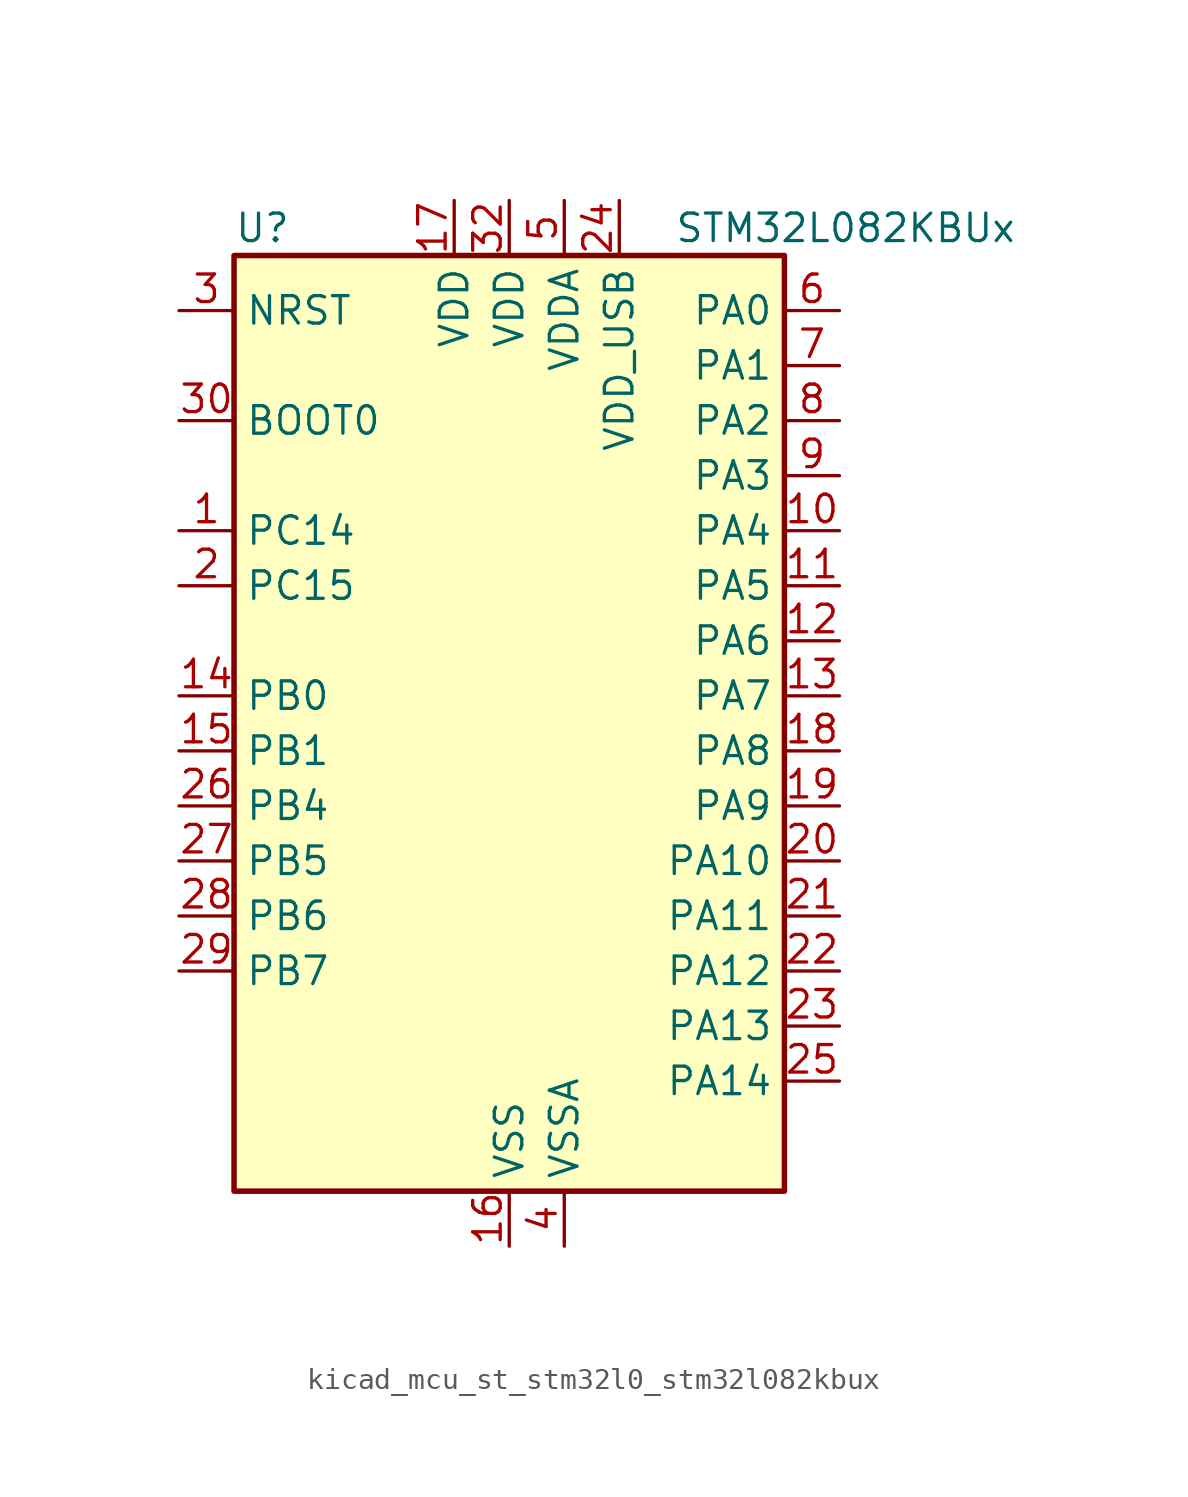
<source format=kicad_sym>
(kicad_symbol_lib
  (version 20220914)
  (generator kicad_symbol_editor)
  (symbol "kicad_mcu_st_stm32l0_stm32l082kbux"
    (property "Reference" "U"
      (at -12.7 24.13 0)
      (effects (font (size 1.27 1.27)) (justify left)))
    (property "Value" "STM32L082KBUx"
      (at 7.62 24.13 0)
      (effects (font (size 1.27 1.27)) (justify left)))
    (property "ki_locked" ""
      (at 0 0 0)
      (effects (font (size 1.27 1.27))))
    (symbol "kicad_mcu_st_stm32l0_stm32l082kbux_0_1"
      (rectangle (start -12.7 -20.32) (end 12.7 22.86) (stroke (width 0.254) (type default)) (fill (type background))))
    (symbol "kicad_mcu_st_stm32l0_stm32l082kbux_1_1"
      (pin bidirectional line (at -15.24 10.16 0) (length 2.54) (name "PC14" (effects (font (size 1.27 1.27)))) (number "1" (effects (font (size 1.27 1.27)))) (alternate "RCC_OSC32_IN" bidirectional line))
      (pin bidirectional line (at 15.24 10.16 180) (length 2.54) (name "PA4" (effects (font (size 1.27 1.27)))) (number "10" (effects (font (size 1.27 1.27)))) (alternate "ADC_IN4" bidirectional line) (alternate "COMP1_INM" bidirectional line) (alternate "COMP2_INM" bidirectional line) (alternate "DAC_OUT1" bidirectional line) (alternate "SPI1_NSS" bidirectional line) (alternate "TIM22_ETR" bidirectional line) (alternate "TSC_G2_IO1" bidirectional line) (alternate "USART2_CK" bidirectional line))
      (pin bidirectional line (at 15.24 7.62 180) (length 2.54) (name "PA5" (effects (font (size 1.27 1.27)))) (number "11" (effects (font (size 1.27 1.27)))) (alternate "ADC_IN5" bidirectional line) (alternate "COMP1_INM" bidirectional line) (alternate "COMP2_INM" bidirectional line) (alternate "DAC_OUT2" bidirectional line) (alternate "SPI1_SCK" bidirectional line) (alternate "TIM2_CH1" bidirectional line) (alternate "TIM2_ETR" bidirectional line) (alternate "TSC_G2_IO2" bidirectional line))
      (pin bidirectional line (at 15.24 5.08 180) (length 2.54) (name "PA6" (effects (font (size 1.27 1.27)))) (number "12" (effects (font (size 1.27 1.27)))) (alternate "ADC_IN6" bidirectional line) (alternate "COMP1_OUT" bidirectional line) (alternate "LPUART1_CTS" bidirectional line) (alternate "SPI1_MISO" bidirectional line) (alternate "TIM22_CH1" bidirectional line) (alternate "TIM3_CH1" bidirectional line) (alternate "TSC_G2_IO3" bidirectional line))
      (pin bidirectional line (at 15.24 2.54 180) (length 2.54) (name "PA7" (effects (font (size 1.27 1.27)))) (number "13" (effects (font (size 1.27 1.27)))) (alternate "ADC_IN7" bidirectional line) (alternate "COMP2_OUT" bidirectional line) (alternate "SPI1_MOSI" bidirectional line) (alternate "TIM22_CH2" bidirectional line) (alternate "TIM3_CH2" bidirectional line) (alternate "TSC_G2_IO4" bidirectional line))
      (pin bidirectional line (at -15.24 2.54 0) (length 2.54) (name "PB0" (effects (font (size 1.27 1.27)))) (number "14" (effects (font (size 1.27 1.27)))) (alternate "ADC_IN8" bidirectional line) (alternate "SYS_VREF_OUT_PB0" bidirectional line) (alternate "TIM3_CH3" bidirectional line) (alternate "TSC_G3_IO2" bidirectional line))
      (pin bidirectional line (at -15.24 0 0) (length 2.54) (name "PB1" (effects (font (size 1.27 1.27)))) (number "15" (effects (font (size 1.27 1.27)))) (alternate "ADC_IN9" bidirectional line) (alternate "LPUART1_DE" bidirectional line) (alternate "LPUART1_RTS" bidirectional line) (alternate "SYS_VREF_OUT_PB1" bidirectional line) (alternate "TIM3_CH4" bidirectional line) (alternate "TSC_G3_IO3" bidirectional line))
      (pin power_in line (at 0 -22.86 90) (length 2.54) (name "VSS" (effects (font (size 1.27 1.27)))) (number "16" (effects (font (size 1.27 1.27)))))
      (pin power_in line (at -2.54 25.4 270) (length 2.54) (name "VDD" (effects (font (size 1.27 1.27)))) (number "17" (effects (font (size 1.27 1.27)))))
      (pin bidirectional line (at 15.24 0 180) (length 2.54) (name "PA8" (effects (font (size 1.27 1.27)))) (number "18" (effects (font (size 1.27 1.27)))) (alternate "CRS_SYNC" bidirectional line) (alternate "I2C3_SCL" bidirectional line) (alternate "RCC_MCO" bidirectional line) (alternate "USART1_CK" bidirectional line))
      (pin bidirectional line (at 15.24 -2.54 180) (length 2.54) (name "PA9" (effects (font (size 1.27 1.27)))) (number "19" (effects (font (size 1.27 1.27)))) (alternate "DAC_EXTI9" bidirectional line) (alternate "I2C1_SCL" bidirectional line) (alternate "I2C3_SMBA" bidirectional line) (alternate "RCC_MCO" bidirectional line) (alternate "TSC_G4_IO1" bidirectional line) (alternate "USART1_TX" bidirectional line))
      (pin bidirectional line (at -15.24 7.62 0) (length 2.54) (name "PC15" (effects (font (size 1.27 1.27)))) (number "2" (effects (font (size 1.27 1.27)))) (alternate "RCC_OSC32_OUT" bidirectional line))
      (pin bidirectional line (at 15.24 -5.08 180) (length 2.54) (name "PA10" (effects (font (size 1.27 1.27)))) (number "20" (effects (font (size 1.27 1.27)))) (alternate "I2C1_SDA" bidirectional line) (alternate "TSC_G4_IO2" bidirectional line) (alternate "USART1_RX" bidirectional line))
      (pin bidirectional line (at 15.24 -7.62 180) (length 2.54) (name "PA11" (effects (font (size 1.27 1.27)))) (number "21" (effects (font (size 1.27 1.27)))) (alternate "ADC_EXTI11" bidirectional line) (alternate "COMP1_OUT" bidirectional line) (alternate "SPI1_MISO" bidirectional line) (alternate "TSC_G4_IO3" bidirectional line) (alternate "USART1_CTS" bidirectional line) (alternate "USB_DM" bidirectional line))
      (pin bidirectional line (at 15.24 -10.16 180) (length 2.54) (name "PA12" (effects (font (size 1.27 1.27)))) (number "22" (effects (font (size 1.27 1.27)))) (alternate "COMP2_OUT" bidirectional line) (alternate "SPI1_MOSI" bidirectional line) (alternate "TSC_G4_IO4" bidirectional line) (alternate "USART1_DE" bidirectional line) (alternate "USART1_RTS" bidirectional line) (alternate "USB_DP" bidirectional line))
      (pin bidirectional line (at 15.24 -12.7 180) (length 2.54) (name "PA13" (effects (font (size 1.27 1.27)))) (number "23" (effects (font (size 1.27 1.27)))) (alternate "LPUART1_RX" bidirectional line) (alternate "SYS_SWDIO" bidirectional line) (alternate "USB_NOE" bidirectional line))
      (pin power_in line (at 5.08 25.4 270) (length 2.54) (name "VDD_USB" (effects (font (size 1.27 1.27)))) (number "24" (effects (font (size 1.27 1.27)))))
      (pin bidirectional line (at 15.24 -15.24 180) (length 2.54) (name "PA14" (effects (font (size 1.27 1.27)))) (number "25" (effects (font (size 1.27 1.27)))) (alternate "LPUART1_TX" bidirectional line) (alternate "SYS_SWCLK" bidirectional line) (alternate "USART2_TX" bidirectional line))
      (pin bidirectional line (at -15.24 -2.54 0) (length 2.54) (name "PB4" (effects (font (size 1.27 1.27)))) (number "26" (effects (font (size 1.27 1.27)))) (alternate "COMP2_INP" bidirectional line) (alternate "I2C3_SDA" bidirectional line) (alternate "SPI1_MISO" bidirectional line) (alternate "TIM22_CH1" bidirectional line) (alternate "TIM3_CH1" bidirectional line) (alternate "TSC_G5_IO2" bidirectional line) (alternate "USART1_CTS" bidirectional line))
      (pin bidirectional line (at -15.24 -5.08 0) (length 2.54) (name "PB5" (effects (font (size 1.27 1.27)))) (number "27" (effects (font (size 1.27 1.27)))) (alternate "COMP2_INP" bidirectional line) (alternate "I2C1_SMBA" bidirectional line) (alternate "LPTIM1_IN1" bidirectional line) (alternate "SPI1_MOSI" bidirectional line) (alternate "TIM22_CH2" bidirectional line) (alternate "TIM3_CH2" bidirectional line) (alternate "USART1_CK" bidirectional line))
      (pin bidirectional line (at -15.24 -7.62 0) (length 2.54) (name "PB6" (effects (font (size 1.27 1.27)))) (number "28" (effects (font (size 1.27 1.27)))) (alternate "COMP2_INP" bidirectional line) (alternate "I2C1_SCL" bidirectional line) (alternate "LPTIM1_ETR" bidirectional line) (alternate "TSC_G5_IO3" bidirectional line) (alternate "USART1_TX" bidirectional line))
      (pin bidirectional line (at -15.24 -10.16 0) (length 2.54) (name "PB7" (effects (font (size 1.27 1.27)))) (number "29" (effects (font (size 1.27 1.27)))) (alternate "COMP2_INP" bidirectional line) (alternate "I2C1_SDA" bidirectional line) (alternate "LPTIM1_IN2" bidirectional line) (alternate "SYS_PVD_IN" bidirectional line) (alternate "TSC_G5_IO4" bidirectional line) (alternate "USART1_RX" bidirectional line) (alternate "USART4_CTS" bidirectional line))
      (pin input line (at -15.24 20.32 0) (length 2.54) (name "NRST" (effects (font (size 1.27 1.27)))) (number "3" (effects (font (size 1.27 1.27)))))
      (pin input line (at -15.24 15.24 0) (length 2.54) (name "BOOT0" (effects (font (size 1.27 1.27)))) (number "30" (effects (font (size 1.27 1.27)))))
      (pin passive line (at 0 -22.86 90) (length 2.54) hide (name "VSS" (effects (font (size 1.27 1.27)))) (number "31" (effects (font (size 1.27 1.27)))))
      (pin power_in line (at 0 25.4 270) (length 2.54) (name "VDD" (effects (font (size 1.27 1.27)))) (number "32" (effects (font (size 1.27 1.27)))))
      (pin passive line (at 0 -22.86 90) (length 2.54) hide (name "VSS" (effects (font (size 1.27 1.27)))) (number "33" (effects (font (size 1.27 1.27)))))
      (pin power_in line (at 2.54 -22.86 90) (length 2.54) (name "VSSA" (effects (font (size 1.27 1.27)))) (number "4" (effects (font (size 1.27 1.27)))))
      (pin power_in line (at 2.54 25.4 270) (length 2.54) (name "VDDA" (effects (font (size 1.27 1.27)))) (number "5" (effects (font (size 1.27 1.27)))))
      (pin bidirectional line (at 15.24 20.32 180) (length 2.54) (name "PA0" (effects (font (size 1.27 1.27)))) (number "6" (effects (font (size 1.27 1.27)))) (alternate "ADC_IN0" bidirectional line) (alternate "COMP1_INM" bidirectional line) (alternate "COMP1_OUT" bidirectional line) (alternate "RTC_TAMP2" bidirectional line) (alternate "SYS_WKUP1" bidirectional line) (alternate "TIM2_CH1" bidirectional line) (alternate "TIM2_ETR" bidirectional line) (alternate "TSC_G1_IO1" bidirectional line) (alternate "USART2_CTS" bidirectional line) (alternate "USART4_TX" bidirectional line))
      (pin bidirectional line (at 15.24 17.78 180) (length 2.54) (name "PA1" (effects (font (size 1.27 1.27)))) (number "7" (effects (font (size 1.27 1.27)))) (alternate "ADC_IN1" bidirectional line) (alternate "COMP1_INP" bidirectional line) (alternate "TIM21_ETR" bidirectional line) (alternate "TIM2_CH2" bidirectional line) (alternate "TSC_G1_IO2" bidirectional line) (alternate "USART2_DE" bidirectional line) (alternate "USART2_RTS" bidirectional line) (alternate "USART4_RX" bidirectional line))
      (pin bidirectional line (at 15.24 15.24 180) (length 2.54) (name "PA2" (effects (font (size 1.27 1.27)))) (number "8" (effects (font (size 1.27 1.27)))) (alternate "ADC_IN2" bidirectional line) (alternate "COMP2_INM" bidirectional line) (alternate "COMP2_OUT" bidirectional line) (alternate "LPUART1_TX" bidirectional line) (alternate "TIM21_CH1" bidirectional line) (alternate "TIM2_CH3" bidirectional line) (alternate "TSC_G1_IO3" bidirectional line) (alternate "USART2_TX" bidirectional line))
      (pin bidirectional line (at 15.24 12.7 180) (length 2.54) (name "PA3" (effects (font (size 1.27 1.27)))) (number "9" (effects (font (size 1.27 1.27)))) (alternate "ADC_IN3" bidirectional line) (alternate "COMP2_INP" bidirectional line) (alternate "LPUART1_RX" bidirectional line) (alternate "TIM21_CH2" bidirectional line) (alternate "TIM2_CH4" bidirectional line) (alternate "TSC_G1_IO4" bidirectional line) (alternate "USART2_RX" bidirectional line)))))
</source>
